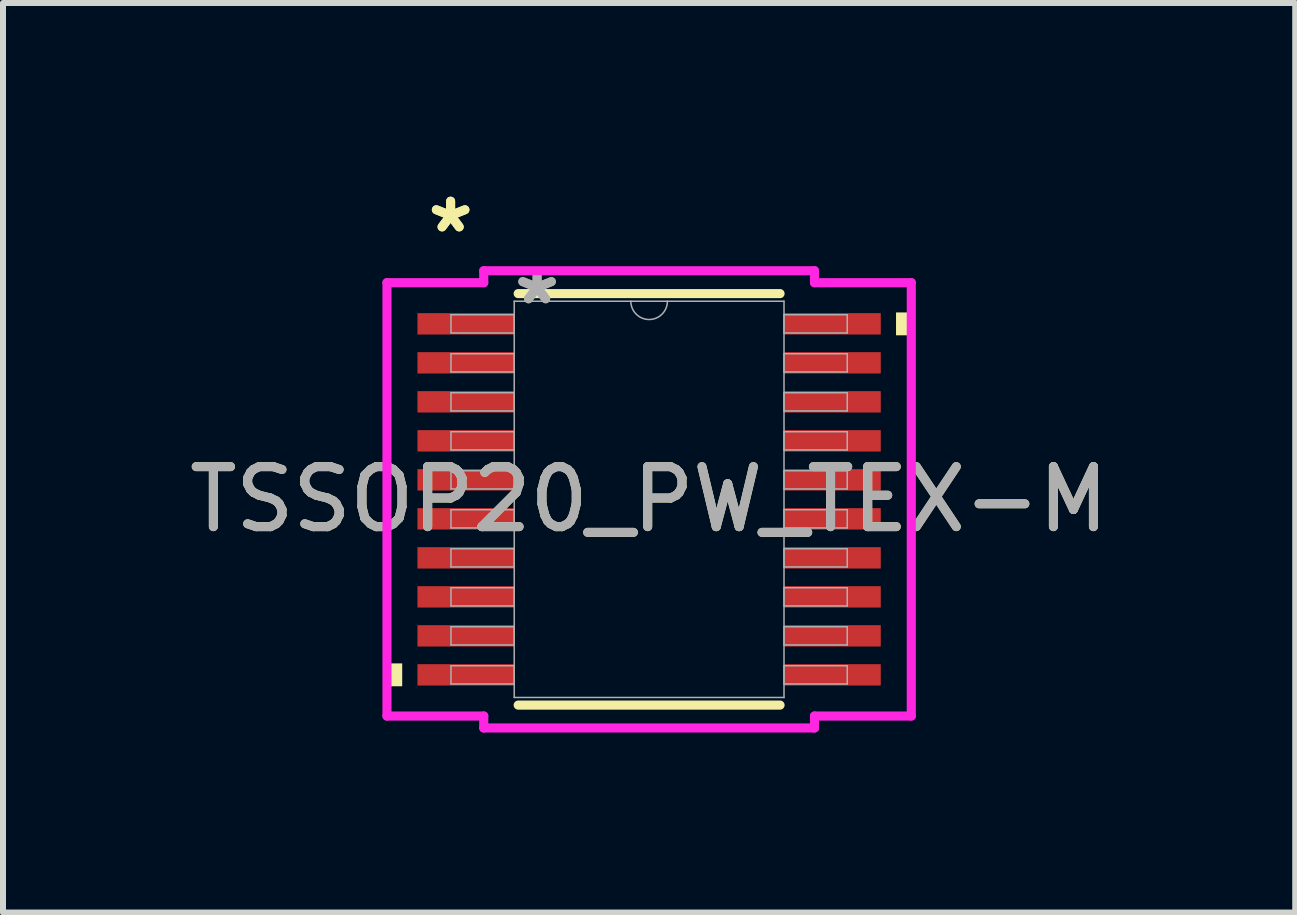
<source format=kicad_pcb>
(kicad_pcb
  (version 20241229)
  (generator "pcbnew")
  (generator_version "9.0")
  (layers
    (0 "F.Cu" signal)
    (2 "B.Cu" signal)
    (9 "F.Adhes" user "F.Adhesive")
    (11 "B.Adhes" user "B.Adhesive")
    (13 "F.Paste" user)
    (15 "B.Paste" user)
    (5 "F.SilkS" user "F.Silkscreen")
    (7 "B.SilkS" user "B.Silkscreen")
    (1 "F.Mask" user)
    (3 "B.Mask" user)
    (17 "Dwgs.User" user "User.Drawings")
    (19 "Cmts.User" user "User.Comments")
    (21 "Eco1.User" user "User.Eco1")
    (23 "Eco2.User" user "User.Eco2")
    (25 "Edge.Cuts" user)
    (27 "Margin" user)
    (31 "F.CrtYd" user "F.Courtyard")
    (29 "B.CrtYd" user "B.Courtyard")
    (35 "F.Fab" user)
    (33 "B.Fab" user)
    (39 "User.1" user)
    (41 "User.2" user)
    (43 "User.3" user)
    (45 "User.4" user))
  (footprint "TSSOP20_PW_TEX-M"
    (layer "F.Cu")
    (at 7.768 5.272)
    (property "Reference" "TSSOP20_PW_TEX-M" (at 0 0 0) (unlocked yes) (layer "F.SilkS") (effects (font (size 1 1) (thickness 0.15))))
    (attr smd)
    (fp_line (start -2.182 3.429) (end 2.182 3.429) (stroke (width 0.152) (type solid)) (layer "F.SilkS"))
    (fp_line (start 2.182 -3.429) (end -2.182 -3.429) (stroke (width 0.152) (type solid)) (layer "F.SilkS"))
    (fp_poly (pts (xy -4.369 2.734) (xy -4.369 3.115) (xy -4.115 3.115) (xy -4.115 2.734)) (stroke (width 0) (type solid)) (fill yes) (layer "F.SilkS"))
    (fp_poly (pts (xy 4.369 -3.115) (xy 4.369 -2.734) (xy 4.115 -2.734) (xy 4.115 -3.115)) (stroke (width 0) (type solid)) (fill yes) (layer "F.SilkS"))
    (fp_line (start -4.369 -3.611) (end -2.756 -3.611) (stroke (width 0.152) (type solid)) (layer "F.CrtYd"))
    (fp_line (start -4.369 3.611) (end -4.369 -3.611) (stroke (width 0.152) (type solid)) (layer "F.CrtYd"))
    (fp_line (start -4.369 3.611) (end -2.756 3.611) (stroke (width 0.152) (type solid)) (layer "F.CrtYd"))
    (fp_line (start -2.756 -3.81) (end 2.756 -3.81) (stroke (width 0.152) (type solid)) (layer "F.CrtYd"))
    (fp_line (start -2.756 -3.611) (end -2.756 -3.81) (stroke (width 0.152) (type solid)) (layer "F.CrtYd"))
    (fp_line (start -2.756 3.81) (end -2.756 3.611) (stroke (width 0.152) (type solid)) (layer "F.CrtYd"))
    (fp_line (start 2.756 -3.81) (end 2.756 -3.611) (stroke (width 0.152) (type solid)) (layer "F.CrtYd"))
    (fp_line (start 2.756 3.611) (end 2.756 3.81) (stroke (width 0.152) (type solid)) (layer "F.CrtYd"))
    (fp_line (start 2.756 3.81) (end -2.756 3.81) (stroke (width 0.152) (type solid)) (layer "F.CrtYd"))
    (fp_line (start 4.369 -3.611) (end 2.756 -3.611) (stroke (width 0.152) (type solid)) (layer "F.CrtYd"))
    (fp_line (start 4.369 -3.611) (end 4.369 3.611) (stroke (width 0.152) (type solid)) (layer "F.CrtYd"))
    (fp_line (start 4.369 3.611) (end 2.756 3.611) (stroke (width 0.152) (type solid)) (layer "F.CrtYd"))
    (fp_line (start -3.302 -3.077) (end -3.302 -2.773) (stroke (width 0.025) (type solid)) (layer "F.Fab"))
    (fp_line (start -3.302 -2.773) (end -2.248 -2.773) (stroke (width 0.025) (type solid)) (layer "F.Fab"))
    (fp_line (start -3.302 -2.427) (end -3.302 -2.123) (stroke (width 0.025) (type solid)) (layer "F.Fab"))
    (fp_line (start -3.302 -2.123) (end -2.248 -2.123) (stroke (width 0.025) (type solid)) (layer "F.Fab"))
    (fp_line (start -3.302 -1.777) (end -3.302 -1.473) (stroke (width 0.025) (type solid)) (layer "F.Fab"))
    (fp_line (start -3.302 -1.473) (end -2.248 -1.473) (stroke (width 0.025) (type solid)) (layer "F.Fab"))
    (fp_line (start -3.302 -1.127) (end -3.302 -0.823) (stroke (width 0.025) (type solid)) (layer "F.Fab"))
    (fp_line (start -3.302 -0.823) (end -2.248 -0.823) (stroke (width 0.025) (type solid)) (layer "F.Fab"))
    (fp_line (start -3.302 -0.477) (end -3.302 -0.173) (stroke (width 0.025) (type solid)) (layer "F.Fab"))
    (fp_line (start -3.302 -0.173) (end -2.248 -0.173) (stroke (width 0.025) (type solid)) (layer "F.Fab"))
    (fp_line (start -3.302 0.173) (end -3.302 0.477) (stroke (width 0.025) (type solid)) (layer "F.Fab"))
    (fp_line (start -3.302 0.477) (end -2.248 0.477) (stroke (width 0.025) (type solid)) (layer "F.Fab"))
    (fp_line (start -3.302 0.823) (end -3.302 1.127) (stroke (width 0.025) (type solid)) (layer "F.Fab"))
    (fp_line (start -3.302 1.127) (end -2.248 1.127) (stroke (width 0.025) (type solid)) (layer "F.Fab"))
    (fp_line (start -3.302 1.473) (end -3.302 1.777) (stroke (width 0.025) (type solid)) (layer "F.Fab"))
    (fp_line (start -3.302 1.777) (end -2.248 1.777) (stroke (width 0.025) (type solid)) (layer "F.Fab"))
    (fp_line (start -3.302 2.123) (end -3.302 2.427) (stroke (width 0.025) (type solid)) (layer "F.Fab"))
    (fp_line (start -3.302 2.427) (end -2.248 2.427) (stroke (width 0.025) (type solid)) (layer "F.Fab"))
    (fp_line (start -3.302 2.773) (end -3.302 3.077) (stroke (width 0.025) (type solid)) (layer "F.Fab"))
    (fp_line (start -3.302 3.077) (end -2.248 3.077) (stroke (width 0.025) (type solid)) (layer "F.Fab"))
    (fp_line (start -2.248 -3.302) (end -2.248 3.302) (stroke (width 0.025) (type solid)) (layer "F.Fab"))
    (fp_line (start -2.248 -3.077) (end -3.302 -3.077) (stroke (width 0.025) (type solid)) (layer "F.Fab"))
    (fp_line (start -2.248 -2.773) (end -2.248 -3.077) (stroke (width 0.025) (type solid)) (layer "F.Fab"))
    (fp_line (start -2.248 -2.427) (end -3.302 -2.427) (stroke (width 0.025) (type solid)) (layer "F.Fab"))
    (fp_line (start -2.248 -2.123) (end -2.248 -2.427) (stroke (width 0.025) (type solid)) (layer "F.Fab"))
    (fp_line (start -2.248 -1.777) (end -3.302 -1.777) (stroke (width 0.025) (type solid)) (layer "F.Fab"))
    (fp_line (start -2.248 -1.473) (end -2.248 -1.777) (stroke (width 0.025) (type solid)) (layer "F.Fab"))
    (fp_line (start -2.248 -1.127) (end -3.302 -1.127) (stroke (width 0.025) (type solid)) (layer "F.Fab"))
    (fp_line (start -2.248 -0.823) (end -2.248 -1.127) (stroke (width 0.025) (type solid)) (layer "F.Fab"))
    (fp_line (start -2.248 -0.477) (end -3.302 -0.477) (stroke (width 0.025) (type solid)) (layer "F.Fab"))
    (fp_line (start -2.248 -0.173) (end -2.248 -0.477) (stroke (width 0.025) (type solid)) (layer "F.Fab"))
    (fp_line (start -2.248 0.173) (end -3.302 0.173) (stroke (width 0.025) (type solid)) (layer "F.Fab"))
    (fp_line (start -2.248 0.477) (end -2.248 0.173) (stroke (width 0.025) (type solid)) (layer "F.Fab"))
    (fp_line (start -2.248 0.823) (end -3.302 0.823) (stroke (width 0.025) (type solid)) (layer "F.Fab"))
    (fp_line (start -2.248 1.127) (end -2.248 0.823) (stroke (width 0.025) (type solid)) (layer "F.Fab"))
    (fp_line (start -2.248 1.473) (end -3.302 1.473) (stroke (width 0.025) (type solid)) (layer "F.Fab"))
    (fp_line (start -2.248 1.777) (end -2.248 1.473) (stroke (width 0.025) (type solid)) (layer "F.Fab"))
    (fp_line (start -2.248 2.123) (end -3.302 2.123) (stroke (width 0.025) (type solid)) (layer "F.Fab"))
    (fp_line (start -2.248 2.427) (end -2.248 2.123) (stroke (width 0.025) (type solid)) (layer "F.Fab"))
    (fp_line (start -2.248 2.773) (end -3.302 2.773) (stroke (width 0.025) (type solid)) (layer "F.Fab"))
    (fp_line (start -2.248 3.077) (end -2.248 2.773) (stroke (width 0.025) (type solid)) (layer "F.Fab"))
    (fp_line (start -2.248 3.302) (end 2.248 3.302) (stroke (width 0.025) (type solid)) (layer "F.Fab"))
    (fp_line (start 2.248 -3.302) (end -2.248 -3.302) (stroke (width 0.025) (type solid)) (layer "F.Fab"))
    (fp_line (start 2.248 -3.077) (end 2.248 -2.773) (stroke (width 0.025) (type solid)) (layer "F.Fab"))
    (fp_line (start 2.248 -2.773) (end 3.302 -2.773) (stroke (width 0.025) (type solid)) (layer "F.Fab"))
    (fp_line (start 2.248 -2.427) (end 2.248 -2.123) (stroke (width 0.025) (type solid)) (layer "F.Fab"))
    (fp_line (start 2.248 -2.123) (end 3.302 -2.123) (stroke (width 0.025) (type solid)) (layer "F.Fab"))
    (fp_line (start 2.248 -1.777) (end 2.248 -1.473) (stroke (width 0.025) (type solid)) (layer "F.Fab"))
    (fp_line (start 2.248 -1.473) (end 3.302 -1.473) (stroke (width 0.025) (type solid)) (layer "F.Fab"))
    (fp_line (start 2.248 -1.127) (end 2.248 -0.823) (stroke (width 0.025) (type solid)) (layer "F.Fab"))
    (fp_line (start 2.248 -0.823) (end 3.302 -0.823) (stroke (width 0.025) (type solid)) (layer "F.Fab"))
    (fp_line (start 2.248 -0.477) (end 2.248 -0.173) (stroke (width 0.025) (type solid)) (layer "F.Fab"))
    (fp_line (start 2.248 -0.173) (end 3.302 -0.173) (stroke (width 0.025) (type solid)) (layer "F.Fab"))
    (fp_line (start 2.248 0.173) (end 2.248 0.477) (stroke (width 0.025) (type solid)) (layer "F.Fab"))
    (fp_line (start 2.248 0.477) (end 3.302 0.477) (stroke (width 0.025) (type solid)) (layer "F.Fab"))
    (fp_line (start 2.248 0.823) (end 2.248 1.127) (stroke (width 0.025) (type solid)) (layer "F.Fab"))
    (fp_line (start 2.248 1.127) (end 3.302 1.127) (stroke (width 0.025) (type solid)) (layer "F.Fab"))
    (fp_line (start 2.248 1.473) (end 2.248 1.777) (stroke (width 0.025) (type solid)) (layer "F.Fab"))
    (fp_line (start 2.248 1.777) (end 3.302 1.777) (stroke (width 0.025) (type solid)) (layer "F.Fab"))
    (fp_line (start 2.248 2.123) (end 2.248 2.427) (stroke (width 0.025) (type solid)) (layer "F.Fab"))
    (fp_line (start 2.248 2.427) (end 3.302 2.427) (stroke (width 0.025) (type solid)) (layer "F.Fab"))
    (fp_line (start 2.248 2.773) (end 2.248 3.077) (stroke (width 0.025) (type solid)) (layer "F.Fab"))
    (fp_line (start 2.248 3.077) (end 3.302 3.077) (stroke (width 0.025) (type solid)) (layer "F.Fab"))
    (fp_line (start 2.248 3.302) (end 2.248 -3.302) (stroke (width 0.025) (type solid)) (layer "F.Fab"))
    (fp_line (start 3.302 -3.077) (end 2.248 -3.077) (stroke (width 0.025) (type solid)) (layer "F.Fab"))
    (fp_line (start 3.302 -2.773) (end 3.302 -3.077) (stroke (width 0.025) (type solid)) (layer "F.Fab"))
    (fp_line (start 3.302 -2.427) (end 2.248 -2.427) (stroke (width 0.025) (type solid)) (layer "F.Fab"))
    (fp_line (start 3.302 -2.123) (end 3.302 -2.427) (stroke (width 0.025) (type solid)) (layer "F.Fab"))
    (fp_line (start 3.302 -1.777) (end 2.248 -1.777) (stroke (width 0.025) (type solid)) (layer "F.Fab"))
    (fp_line (start 3.302 -1.473) (end 3.302 -1.777) (stroke (width 0.025) (type solid)) (layer "F.Fab"))
    (fp_line (start 3.302 -1.127) (end 2.248 -1.127) (stroke (width 0.025) (type solid)) (layer "F.Fab"))
    (fp_line (start 3.302 -0.823) (end 3.302 -1.127) (stroke (width 0.025) (type solid)) (layer "F.Fab"))
    (fp_line (start 3.302 -0.477) (end 2.248 -0.477) (stroke (width 0.025) (type solid)) (layer "F.Fab"))
    (fp_line (start 3.302 -0.173) (end 3.302 -0.477) (stroke (width 0.025) (type solid)) (layer "F.Fab"))
    (fp_line (start 3.302 0.173) (end 2.248 0.173) (stroke (width 0.025) (type solid)) (layer "F.Fab"))
    (fp_line (start 3.302 0.477) (end 3.302 0.173) (stroke (width 0.025) (type solid)) (layer "F.Fab"))
    (fp_line (start 3.302 0.823) (end 2.248 0.823) (stroke (width 0.025) (type solid)) (layer "F.Fab"))
    (fp_line (start 3.302 1.127) (end 3.302 0.823) (stroke (width 0.025) (type solid)) (layer "F.Fab"))
    (fp_line (start 3.302 1.473) (end 2.248 1.473) (stroke (width 0.025) (type solid)) (layer "F.Fab"))
    (fp_line (start 3.302 1.777) (end 3.302 1.473) (stroke (width 0.025) (type solid)) (layer "F.Fab"))
    (fp_line (start 3.302 2.123) (end 2.248 2.123) (stroke (width 0.025) (type solid)) (layer "F.Fab"))
    (fp_line (start 3.302 2.427) (end 3.302 2.123) (stroke (width 0.025) (type solid)) (layer "F.Fab"))
    (fp_line (start 3.302 2.773) (end 2.248 2.773) (stroke (width 0.025) (type solid)) (layer "F.Fab"))
    (fp_line (start 3.302 3.077) (end 3.302 2.773) (stroke (width 0.025) (type solid)) (layer "F.Fab"))
    (fp_arc (start 0.3048 -3.302) (mid 0 -2.9972) (end -0.3048 -3.302) (stroke (width 0.0254) (type solid)) (layer "F.Fab"))
    (fp_text user "*" (at -3.308 -4.424 0) (unlocked yes) (layer "F.SilkS") (effects (font (size 1 1) (thickness 0.15))))
    (fp_text user "*" (at -3.308 -4.424 0) (layer "F.SilkS") (effects (font (size 1 1) (thickness 0.15))))
    (fp_text user "*" (at -1.867 -3.226 0) (layer "F.Fab") (effects (font (size 1 1) (thickness 0.15))))
    (fp_text user "${REFERENCE}" (at 0 0 0) (unlocked yes) (layer "F.Fab") (effects (font (size 1 1) (thickness 0.15))))
    (fp_text user "*" (at -1.867 -3.226 0) (unlocked yes) (layer "F.Fab") (effects (font (size 1 1) (thickness 0.15))))
    (pad "1" smd rect (at -3.054 -2.925) (size 1.613 0.356) (layers "F.Cu" "F.Mask" "F.Paste"))
    (pad "2" smd rect (at -3.054 -2.275) (size 1.613 0.356) (layers "F.Cu" "F.Mask" "F.Paste"))
    (pad "3" smd rect (at -3.054 -1.625) (size 1.613 0.356) (layers "F.Cu" "F.Mask" "F.Paste"))
    (pad "4" smd rect (at -3.054 -0.975) (size 1.613 0.356) (layers "F.Cu" "F.Mask" "F.Paste"))
    (pad "5" smd rect (at -3.054 -0.325) (size 1.613 0.356) (layers "F.Cu" "F.Mask" "F.Paste"))
    (pad "6" smd rect (at -3.054 0.325) (size 1.613 0.356) (layers "F.Cu" "F.Mask" "F.Paste"))
    (pad "7" smd rect (at -3.054 0.975) (size 1.613 0.356) (layers "F.Cu" "F.Mask" "F.Paste"))
    (pad "8" smd rect (at -3.054 1.625) (size 1.613 0.356) (layers "F.Cu" "F.Mask" "F.Paste"))
    (pad "9" smd rect (at -3.054 2.275) (size 1.613 0.356) (layers "F.Cu" "F.Mask" "F.Paste"))
    (pad "10" smd rect (at -3.054 2.925) (size 1.613 0.356) (layers "F.Cu" "F.Mask" "F.Paste"))
    (pad "11" smd rect (at 3.054 2.925) (size 1.613 0.356) (layers "F.Cu" "F.Mask" "F.Paste"))
    (pad "12" smd rect (at 3.054 2.275) (size 1.613 0.356) (layers "F.Cu" "F.Mask" "F.Paste"))
    (pad "13" smd rect (at 3.054 1.625) (size 1.613 0.356) (layers "F.Cu" "F.Mask" "F.Paste"))
    (pad "14" smd rect (at 3.054 0.975) (size 1.613 0.356) (layers "F.Cu" "F.Mask" "F.Paste"))
    (pad "15" smd rect (at 3.054 0.325) (size 1.613 0.356) (layers "F.Cu" "F.Mask" "F.Paste"))
    (pad "16" smd rect (at 3.054 -0.325) (size 1.613 0.356) (layers "F.Cu" "F.Mask" "F.Paste"))
    (pad "17" smd rect (at 3.054 -0.975) (size 1.613 0.356) (layers "F.Cu" "F.Mask" "F.Paste"))
    (pad "18" smd rect (at 3.054 -1.625) (size 1.613 0.356) (layers "F.Cu" "F.Mask" "F.Paste"))
    (pad "19" smd rect (at 3.054 -2.275) (size 1.613 0.356) (layers "F.Cu" "F.Mask" "F.Paste"))
    (pad "20" smd rect (at 3.054 -2.925) (size 1.613 0.356) (layers "F.Cu" "F.Mask" "F.Paste")))
  (gr_rect
    (start -3 -3)
    (end 18.536 12.158)
    (stroke (width 0.1) (type default))
    (fill no)
    (layer "Edge.Cuts")))
</source>
